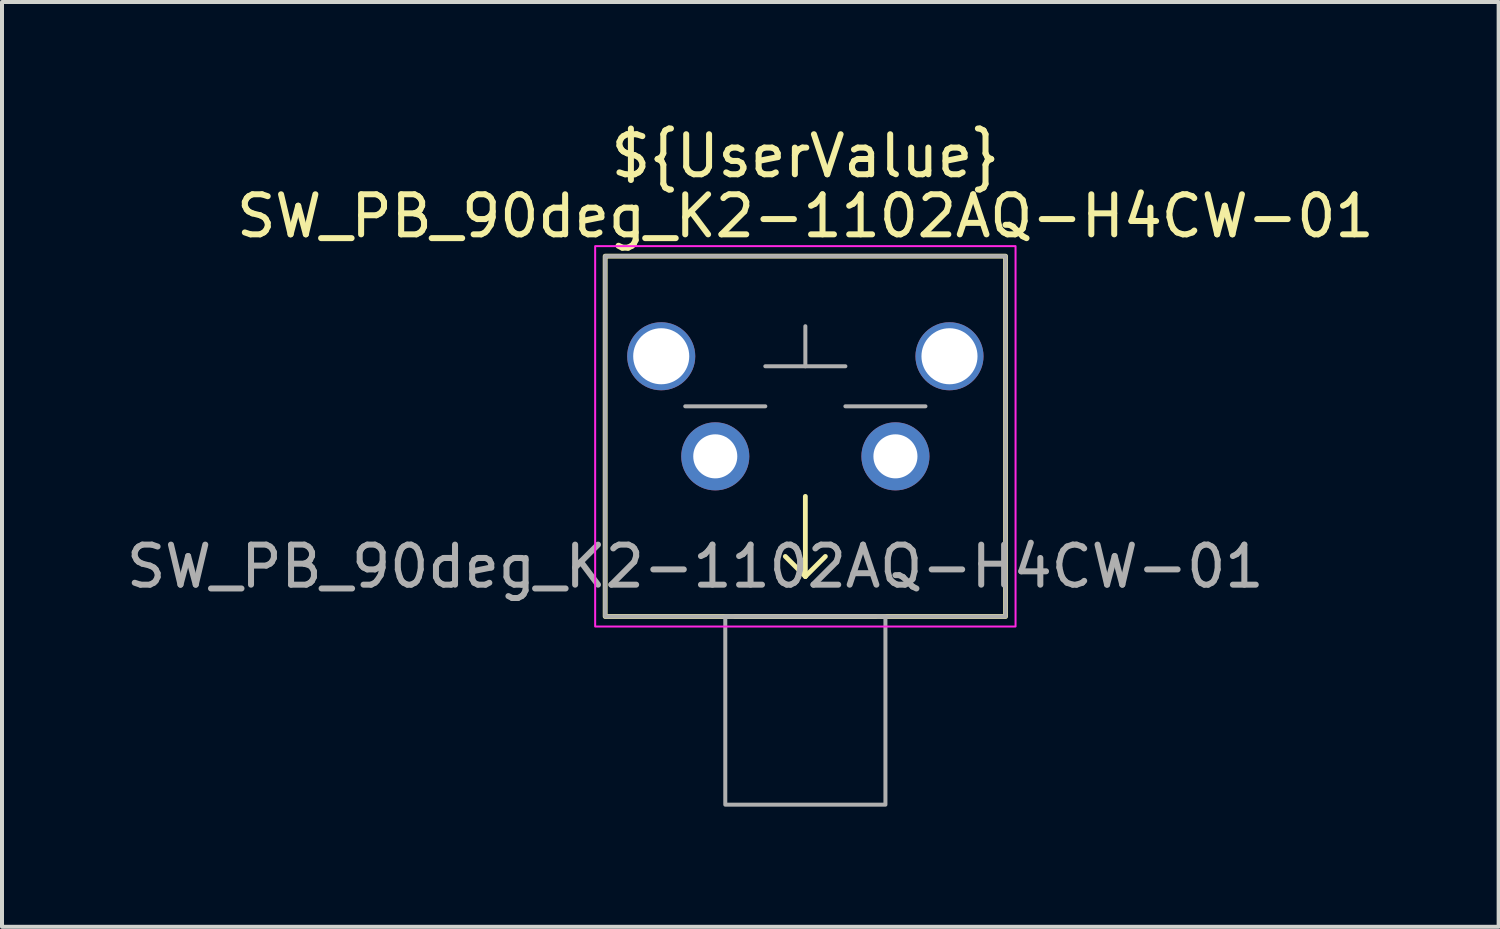
<source format=kicad_pcb>
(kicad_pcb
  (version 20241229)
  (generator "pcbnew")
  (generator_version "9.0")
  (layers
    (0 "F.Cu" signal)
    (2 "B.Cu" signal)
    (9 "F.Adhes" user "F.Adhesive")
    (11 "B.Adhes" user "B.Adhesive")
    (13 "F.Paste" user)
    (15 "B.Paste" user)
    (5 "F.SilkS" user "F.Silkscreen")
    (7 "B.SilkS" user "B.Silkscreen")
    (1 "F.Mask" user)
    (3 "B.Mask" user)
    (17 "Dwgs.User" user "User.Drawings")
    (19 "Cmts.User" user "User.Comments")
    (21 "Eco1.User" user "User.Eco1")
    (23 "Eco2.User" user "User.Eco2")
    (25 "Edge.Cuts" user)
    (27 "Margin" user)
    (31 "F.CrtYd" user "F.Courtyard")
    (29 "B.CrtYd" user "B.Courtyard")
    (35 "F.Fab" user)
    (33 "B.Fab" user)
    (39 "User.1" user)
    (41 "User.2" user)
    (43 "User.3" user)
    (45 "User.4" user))
  (footprint "SW_PB_90deg_K2-1102AQ-H4CW-01"
    (layer "F.Cu")
    (at 17.065 8.348)
    (property "Reference" "SW_PB_90deg_K2-1102AQ-H4CW-01" (at 0 -6 0) (unlocked yes) (layer "F.SilkS") (effects (font (size 1 1) (thickness 0.15))))
    (attr smd)
    (fp_line (start 0 1) (end 0 3) (stroke (width 0.12) (type solid)) (layer "F.SilkS"))
    (fp_line (start 0 3) (end -0.5 2.5) (stroke (width 0.12) (type solid)) (layer "F.SilkS"))
    (fp_line (start 0 3) (end 0.5 2.5) (stroke (width 0.12) (type solid)) (layer "F.SilkS"))
    (fp_line (start 0 4) (end -1.75 4) (stroke (width 0.12) (type solid)) (layer "F.SilkS"))
    (fp_line (start 0 4) (end 1.75 4) (stroke (width 0.12) (type solid)) (layer "F.SilkS"))
    (fp_rect (start -5 -5) (end 5 4) (stroke (width 0.12) (type solid)) (fill no) (layer "F.SilkS"))
    (fp_rect (start -5.25 -5.25) (end 5.25 4.25) (stroke (width 0.05) (type solid)) (fill no) (layer "F.CrtYd"))
    (fp_line (start -3 -1.25) (end -1 -1.25) (stroke (width 0.1) (type solid)) (layer "F.Fab"))
    (fp_line (start -1 -2.25) (end 1 -2.25) (stroke (width 0.1) (type solid)) (layer "F.Fab"))
    (fp_line (start 0 -3.25) (end 0 -2.25) (stroke (width 0.1) (type solid)) (layer "F.Fab"))
    (fp_line (start 1 -1.25) (end 3 -1.25) (stroke (width 0.1) (type solid)) (layer "F.Fab"))
    (fp_rect (start -2 4) (end 2 8.7) (stroke (width 0.1) (type solid)) (fill no) (layer "F.Fab"))
    (fp_rect (start 5 -5) (end -5 4) (stroke (width 0.1) (type solid)) (fill no) (layer "F.Fab"))
    (fp_text user "${UserValue}" (at 0 -7.5 0) (unlocked yes) (layer "F.SilkS") (effects (font (size 1 1) (thickness 0.15))))
    (fp_text user "${REFERENCE}" (at -2.75 2.75 0) (unlocked yes) (layer "F.Fab") (effects (font (size 1 1) (thickness 0.15))))
    (pad "" np_thru_hole circle (at -3.6 -2.5 180) (size 1.7 1.7) (drill 1.4) (layers "*.Cu" "*.Mask"))
    (pad "" np_thru_hole circle (at 3.6 -2.5 180) (size 1.7 1.7) (drill 1.4) (layers "*.Cu" "*.Mask"))
    (pad "1" thru_hole circle (at -2.25 0 180) (size 1.7 1.7) (drill 1.1) (layers "*.Cu" "*.Mask"))
    (pad "2" thru_hole circle (at 2.25 0 180) (size 1.7 1.7) (drill 1.1) (layers "*.Cu" "*.Mask")))
  (gr_rect
    (start -3 -3)
    (end 34.381 20.098)
    (stroke (width 0.1) (type default))
    (fill no)
    (layer "Edge.Cuts")))
</source>
